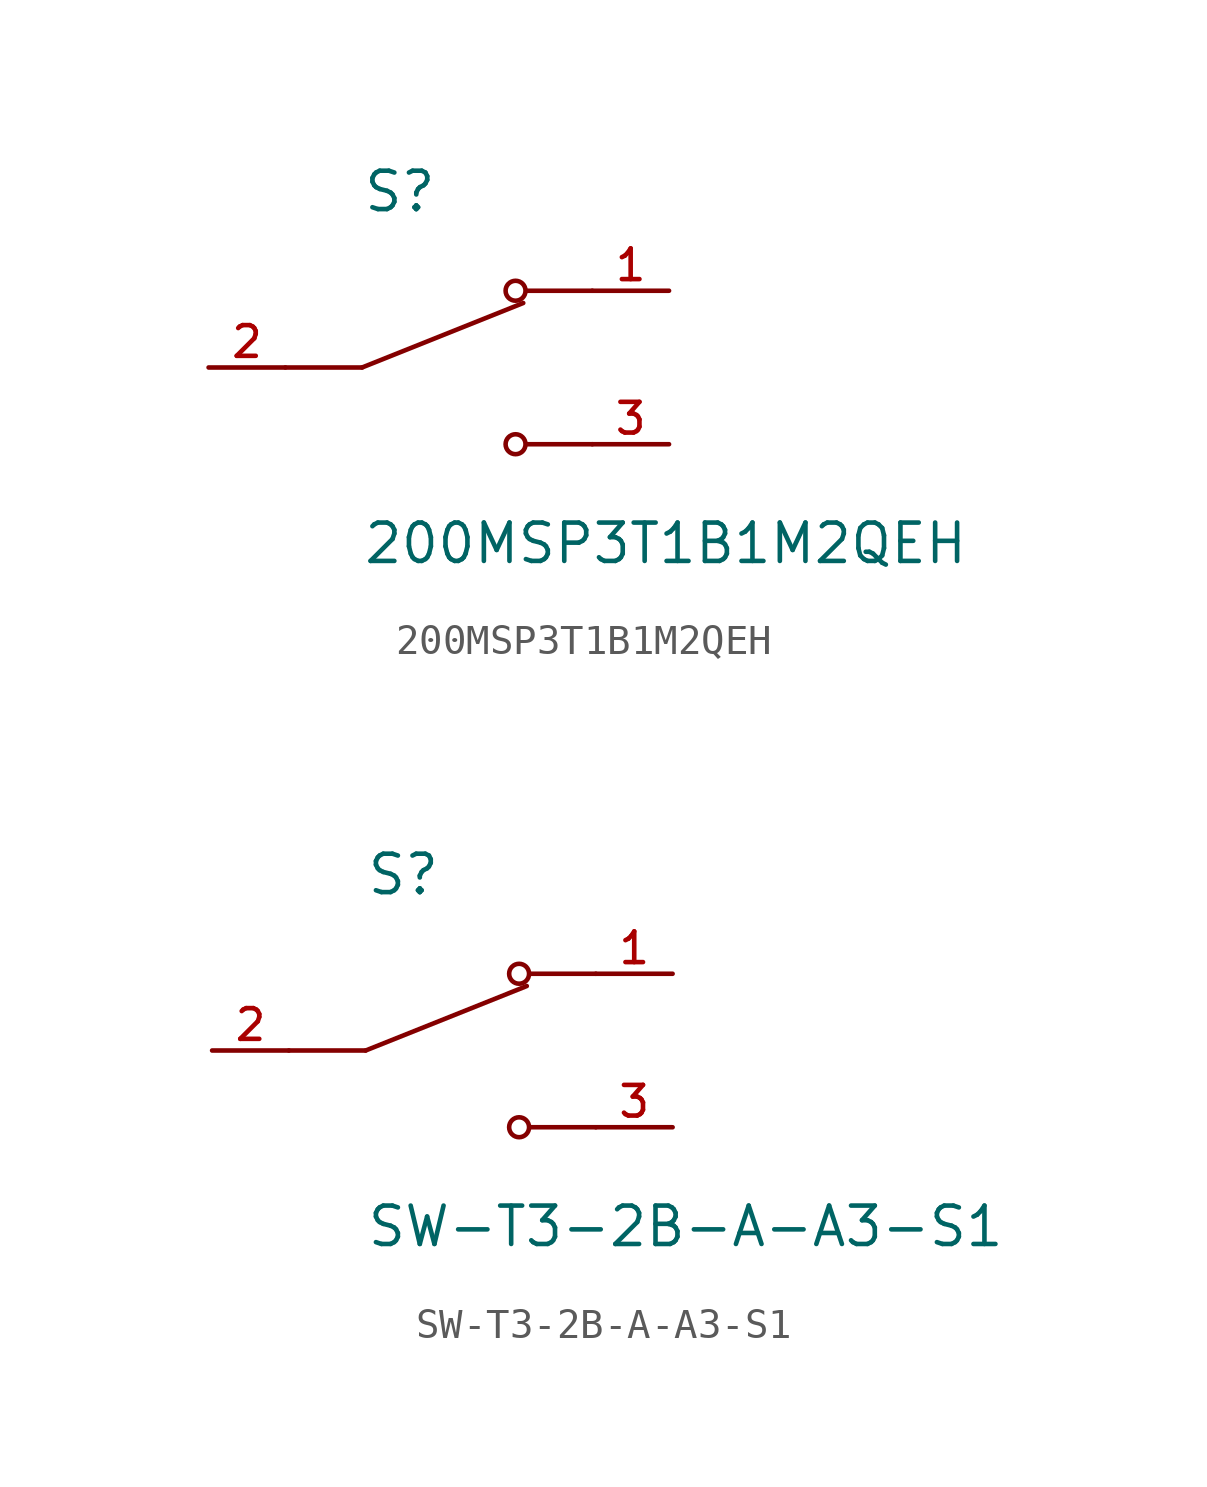
<source format=kicad_sym>
(kicad_symbol_lib
  (version 20211014)
  (generator kicad_symbol_editor)
  (symbol "200MSP3T1B1M2QEH"
    (pin_names
      (offset 1.016))
    (property "Reference" "S"
      (at -2.54 5.08 0)
      (effects (font (size 1.27 1.27)) (justify left bottom)))
    (property "Value" "200MSP3T1B1M2QEH"
      (at -2.54 -5.08 0)
      (effects (font (size 1.27 1.27)) (justify left top)))
    (symbol "200MSP3T1B1M2QEH_0_0"
      (polyline (pts (xy -2.54 0) (xy -5.08 0)) (stroke (width 0.152) (type default) (color 0 0 0 0)) (fill (type none)))
      (polyline (pts (xy -2.54 0) (xy 2.794 2.134)) (stroke (width 0.152) (type default) (color 0 0 0 0)) (fill (type none)))
      (polyline (pts (xy 5.08 -2.54) (xy 2.921 -2.54)) (stroke (width 0.152) (type default) (color 0 0 0 0)) (fill (type none)))
      (polyline (pts (xy 5.08 2.54) (xy 2.921 2.54)) (stroke (width 0.152) (type default) (color 0 0 0 0)) (fill (type none)))
      (circle (center 2.54 -2.54) (radius 0.33) (stroke (width 0.152) (type default) (color 0 0 0 0)) (fill (type none)))
      (circle (center 2.54 2.54) (radius 0.33) (stroke (width 0.152) (type default) (color 0 0 0 0)) (fill (type none)))
      (pin passive line (at 7.62 2.54 180) (length 2.54) (name "~" (effects (font (size 1.016 1.016)))) (number "1" (effects (font (size 1.016 1.016)))))
      (pin passive line (at -7.62 0 0) (length 2.54) (name "~" (effects (font (size 1.016 1.016)))) (number "2" (effects (font (size 1.016 1.016)))))
      (pin passive line (at 7.62 -2.54 180) (length 2.54) (name "~" (effects (font (size 1.016 1.016)))) (number "3" (effects (font (size 1.016 1.016)))))))
  (symbol "SW-T3-2B-A-A3-S1"
    (pin_names
      (offset 1.016))
    (property "Reference" "S"
      (at -2.54 5.08 0)
      (effects (font (size 1.27 1.27)) (justify left bottom)))
    (property "Value" "SW-T3-2B-A-A3-S1"
      (at -2.54 -5.08 0)
      (effects (font (size 1.27 1.27)) (justify left top)))
    (symbol "SW-T3-2B-A-A3-S1_0_0"
      (polyline (pts (xy -2.54 0) (xy -5.08 0)) (stroke (width 0.152) (type default) (color 0 0 0 0)) (fill (type none)))
      (polyline (pts (xy -2.54 0) (xy 2.794 2.134)) (stroke (width 0.152) (type default) (color 0 0 0 0)) (fill (type none)))
      (polyline (pts (xy 5.08 -2.54) (xy 2.921 -2.54)) (stroke (width 0.152) (type default) (color 0 0 0 0)) (fill (type none)))
      (polyline (pts (xy 5.08 2.54) (xy 2.921 2.54)) (stroke (width 0.152) (type default) (color 0 0 0 0)) (fill (type none)))
      (circle (center 2.54 -2.54) (radius 0.33) (stroke (width 0.152) (type default) (color 0 0 0 0)) (fill (type none)))
      (circle (center 2.54 2.54) (radius 0.33) (stroke (width 0.152) (type default) (color 0 0 0 0)) (fill (type none)))
      (pin passive line (at 7.62 2.54 180) (length 2.54) (name "~" (effects (font (size 1.016 1.016)))) (number "1" (effects (font (size 1.016 1.016)))))
      (pin passive line (at -7.62 0 0) (length 2.54) (name "~" (effects (font (size 1.016 1.016)))) (number "2" (effects (font (size 1.016 1.016)))))
      (pin passive line (at 7.62 -2.54 180) (length 2.54) (name "~" (effects (font (size 1.016 1.016)))) (number "3" (effects (font (size 1.016 1.016))))))))
</source>
